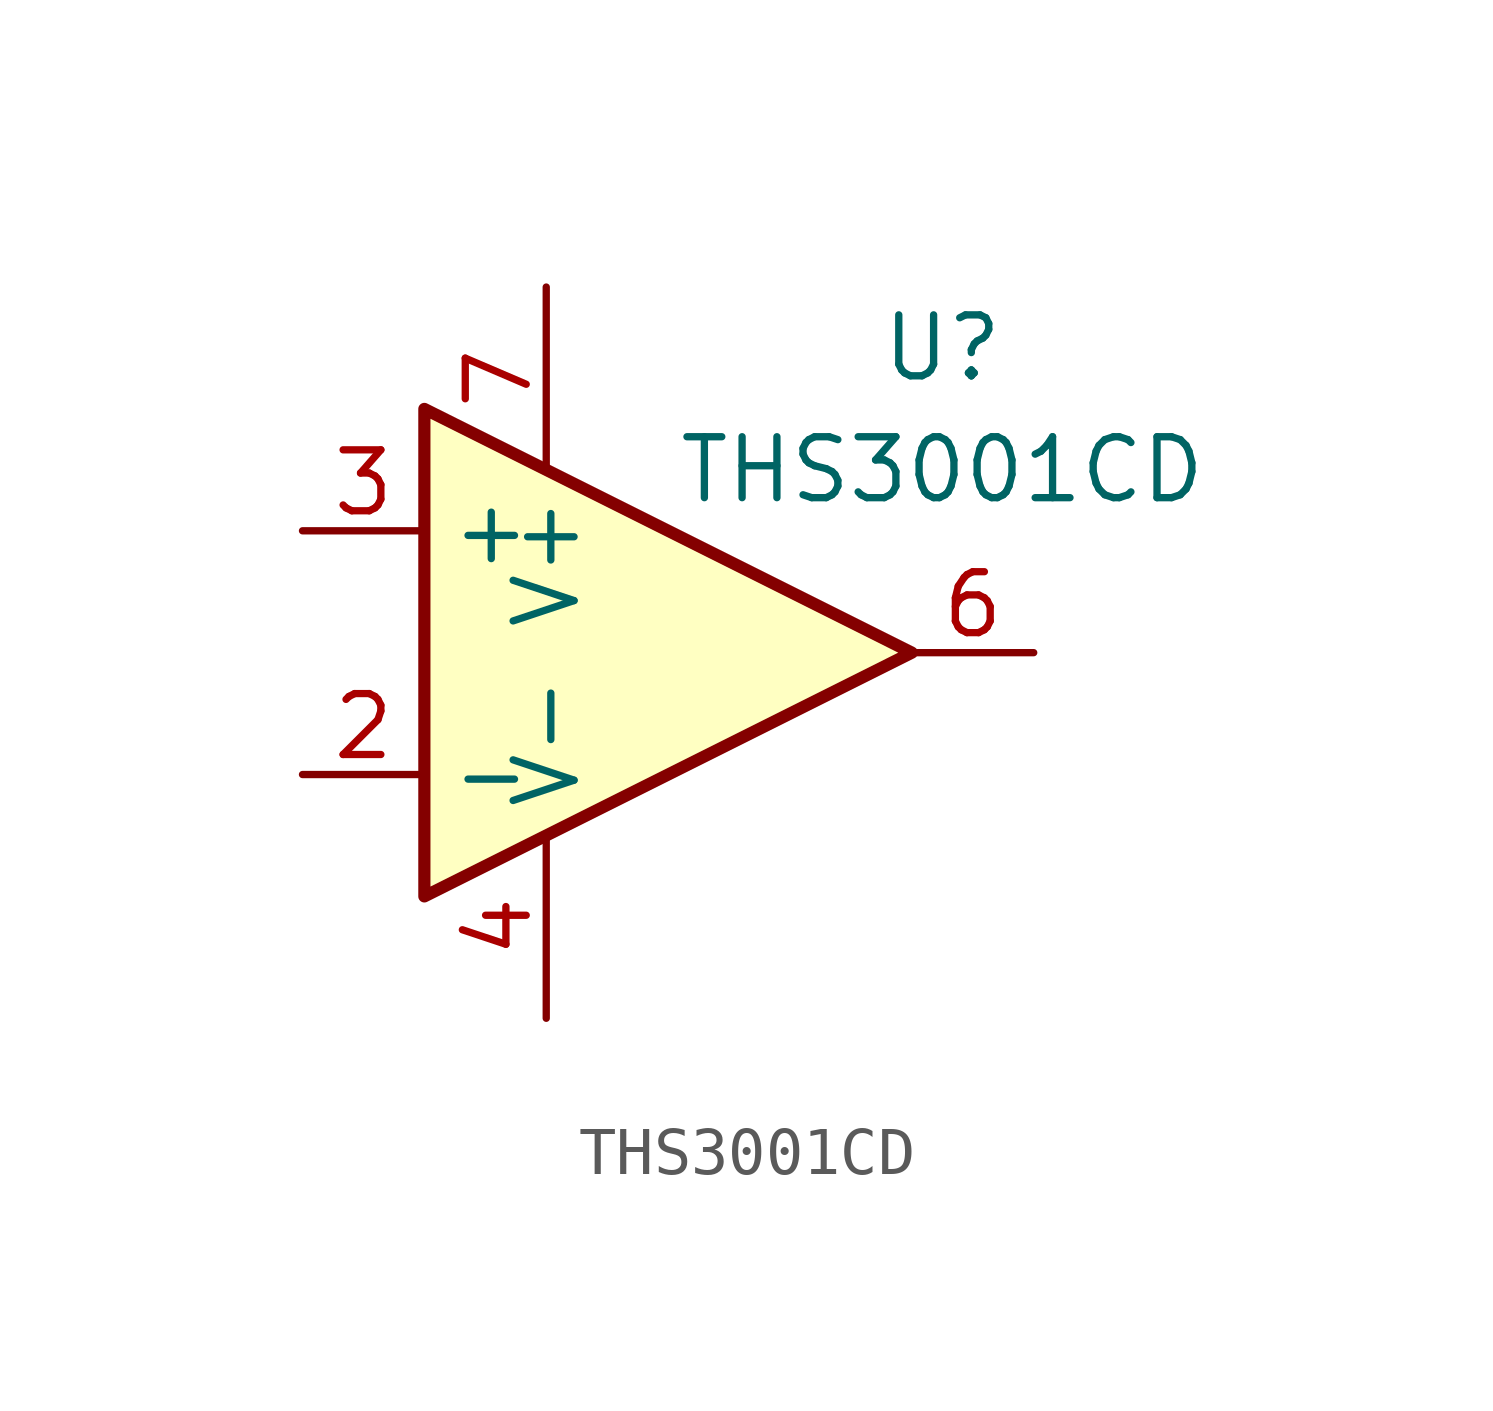
<source format=kicad_sym>
(kicad_symbol_lib
  (version 20220914)
  (generator kicad_symbol_editor)
  (symbol "THS3001CD"
    (property "Reference" "U"
      (at 6.985 6.35 0)
      (effects (font (size 1.27 1.27))))
    (property "Value" "THS3001CD"
      (at 6.985 3.81 0)
      (effects (font (size 1.27 1.27))))
    (symbol "THS3001CD_0_1"
      (polyline (pts (xy -3.81 5.08) (xy 6.35 0) (xy -3.81 -5.08) (xy -3.81 5.08)) (stroke (width 0.254) (type default)) (fill (type background))))
    (symbol "THS3001CD_1_1"
      (pin no_connect non_logic (at -3.81 1.27 180) (length 0) hide (name "" (effects (font (size 0.508 0.508)))) (number "1" (effects (font (size 1.27 1.27)))))
      (pin input line (at -6.35 -2.54 0) (length 2.54) (name "-" (effects (font (size 1.27 1.27)))) (number "2" (effects (font (size 1.27 1.27)))))
      (pin input line (at -6.35 2.54 0) (length 2.54) (name "+" (effects (font (size 1.27 1.27)))) (number "3" (effects (font (size 1.27 1.27)))))
      (pin power_in line (at -1.27 -7.62 90) (length 3.81) (name "V-" (effects (font (size 1.27 1.27)))) (number "4" (effects (font (size 1.27 1.27)))))
      (pin no_connect non_logic (at -3.81 0 180) (length 0) hide (name "NC" (effects (font (size 0.508 0.508)))) (number "5" (effects (font (size 1.27 1.27)))))
      (pin output line (at 8.89 0 180) (length 2.54) (name "~" (effects (font (size 1.27 1.27)))) (number "6" (effects (font (size 1.27 1.27)))))
      (pin power_in line (at -1.27 7.62 270) (length 3.81) (name "V+" (effects (font (size 1.27 1.27)))) (number "7" (effects (font (size 1.27 1.27)))))
      (pin no_connect non_logic (at -3.81 -1.27 180) (length 0) hide (name "" (effects (font (size 0.508 0.508)))) (number "8" (effects (font (size 1.27 1.27))))))))
</source>
